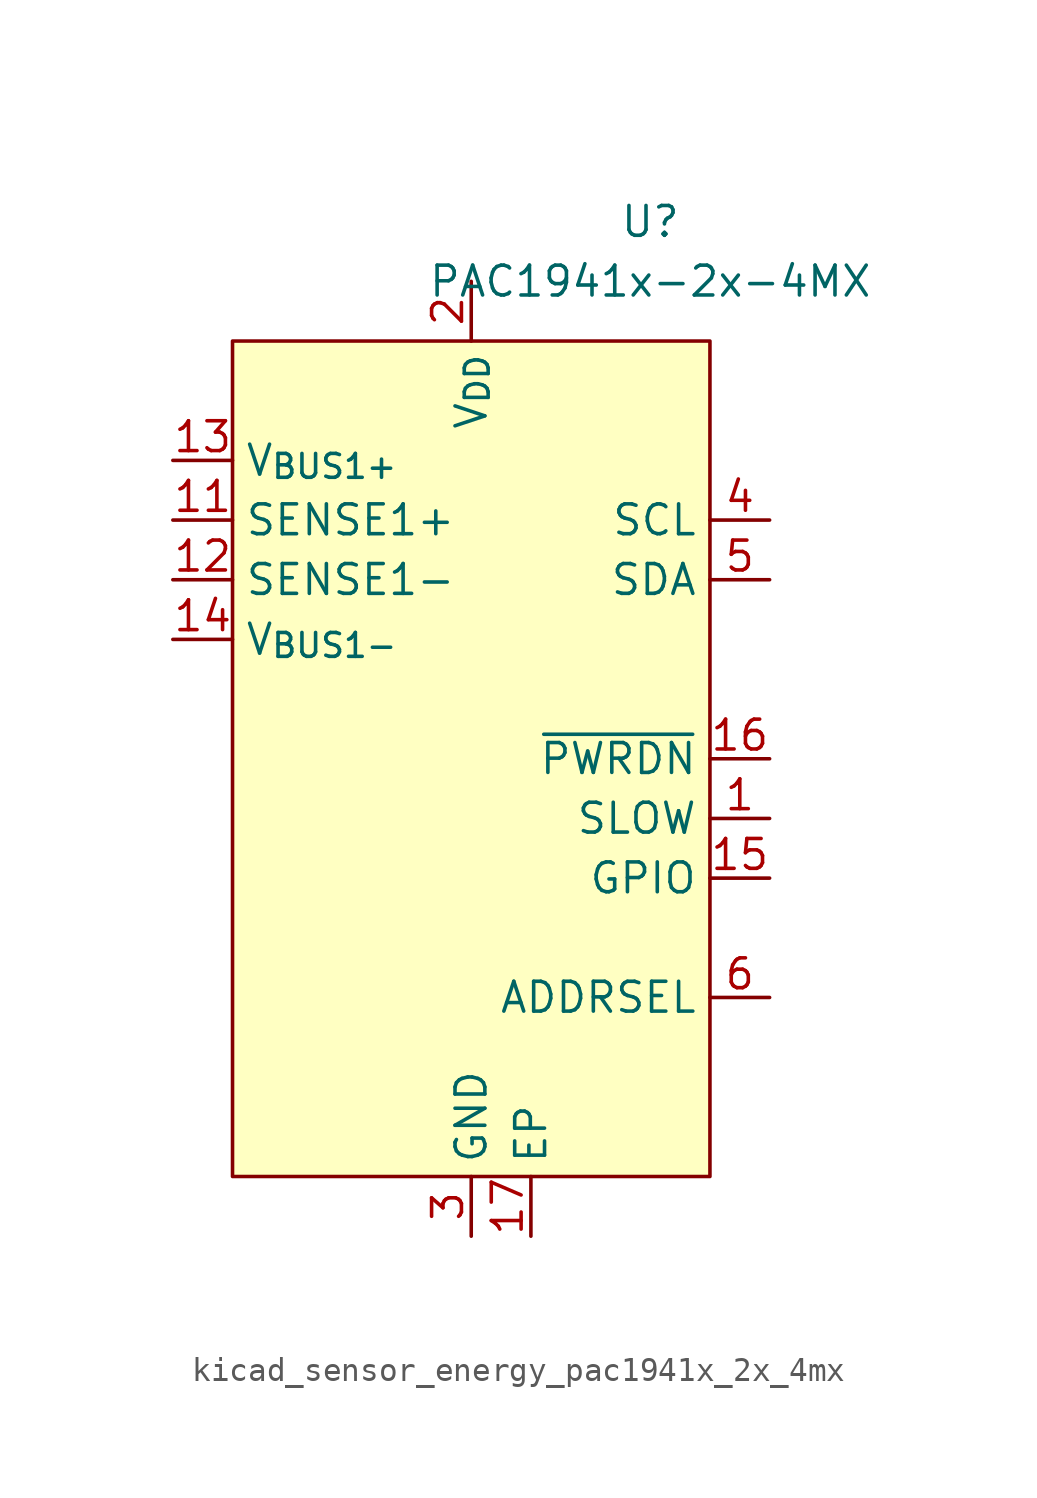
<source format=kicad_sym>
(kicad_symbol_lib
  (version 20220914)
  (generator kicad_symbol_editor)
  (symbol "kicad_sensor_energy_pac1941x_2x_4mx"
    (property "Reference" "U"
      (at 7.62 22.86 0)
      (effects (font (size 1.27 1.27))))
    (property "Value" "PAC1941x-2x-4MX"
      (at 7.62 20.32 0)
      (effects (font (size 1.27 1.27))))
    (symbol "kicad_sensor_energy_pac1941x_2x_4mx_0_0"
      (pin input line (at 12.7 -2.54 180) (length 2.54) (name "SLOW" (effects (font (size 1.27 1.27)))) (number "1" (effects (font (size 1.27 1.27)))) (alternate "GPIO" bidirectional line) (alternate "~{ALERT1}" open_collector line))
      (pin passive line (at 0 -20.32 90) (length 2.54) hide (name "GND" (effects (font (size 1.27 1.27)))) (number "10" (effects (font (size 1.27 1.27)))))
      (pin input line (at -12.7 10.16 0) (length 2.54) (name "SENSE1+" (effects (font (size 1.27 1.27)))) (number "11" (effects (font (size 1.27 1.27)))))
      (pin input line (at -12.7 7.62 0) (length 2.54) (name "SENSE1-" (effects (font (size 1.27 1.27)))) (number "12" (effects (font (size 1.27 1.27)))))
      (pin input line (at -12.7 12.7 0) (length 2.54) (name "V_{BUS1+}" (effects (font (size 1.27 1.27)))) (number "13" (effects (font (size 1.27 1.27)))))
      (pin input line (at -12.7 5.08 0) (length 2.54) (name "V_{BUS1-}" (effects (font (size 1.27 1.27)))) (number "14" (effects (font (size 1.27 1.27)))))
      (pin bidirectional line (at 12.7 -5.08 180) (length 2.54) (name "GPIO" (effects (font (size 1.27 1.27)))) (number "15" (effects (font (size 1.27 1.27)))) (alternate "~{ALERT2}" open_collector line))
      (pin input line (at 12.7 0 180) (length 2.54) (name "~{PWRDN}" (effects (font (size 1.27 1.27)))) (number "16" (effects (font (size 1.27 1.27)))))
      (pin passive line (at 2.54 -20.32 90) (length 2.54) (name "EP" (effects (font (size 1.27 1.27)))) (number "17" (effects (font (size 1.27 1.27)))))
      (pin power_in line (at 0 20.32 270) (length 2.54) (name "V_{DD}" (effects (font (size 1.27 1.27)))) (number "2" (effects (font (size 1.27 1.27)))))
      (pin power_in line (at 0 -20.32 90) (length 2.54) (name "GND" (effects (font (size 1.27 1.27)))) (number "3" (effects (font (size 1.27 1.27)))))
      (pin input line (at 12.7 10.16 180) (length 2.54) (name "SCL" (effects (font (size 1.27 1.27)))) (number "4" (effects (font (size 1.27 1.27)))) (alternate "SM_CLK" input line))
      (pin bidirectional line (at 12.7 7.62 180) (length 2.54) (name "SDA" (effects (font (size 1.27 1.27)))) (number "5" (effects (font (size 1.27 1.27)))) (alternate "SM_DATA" bidirectional line))
      (pin passive line (at 12.7 -10.16 180) (length 2.54) (name "ADDRSEL" (effects (font (size 1.27 1.27)))) (number "6" (effects (font (size 1.27 1.27)))))
      (pin passive line (at 0 -20.32 90) (length 2.54) hide (name "GND" (effects (font (size 1.27 1.27)))) (number "7" (effects (font (size 1.27 1.27)))))
      (pin passive line (at 0 -20.32 90) (length 2.54) hide (name "GND" (effects (font (size 1.27 1.27)))) (number "8" (effects (font (size 1.27 1.27)))))
      (pin passive line (at 0 -20.32 90) (length 2.54) hide (name "GND" (effects (font (size 1.27 1.27)))) (number "9" (effects (font (size 1.27 1.27))))))
    (symbol "kicad_sensor_energy_pac1941x_2x_4mx_0_1"
      (rectangle (start -10.16 17.78) (end 10.16 -17.78) (stroke (width 0) (type default)) (fill (type background))))))
</source>
